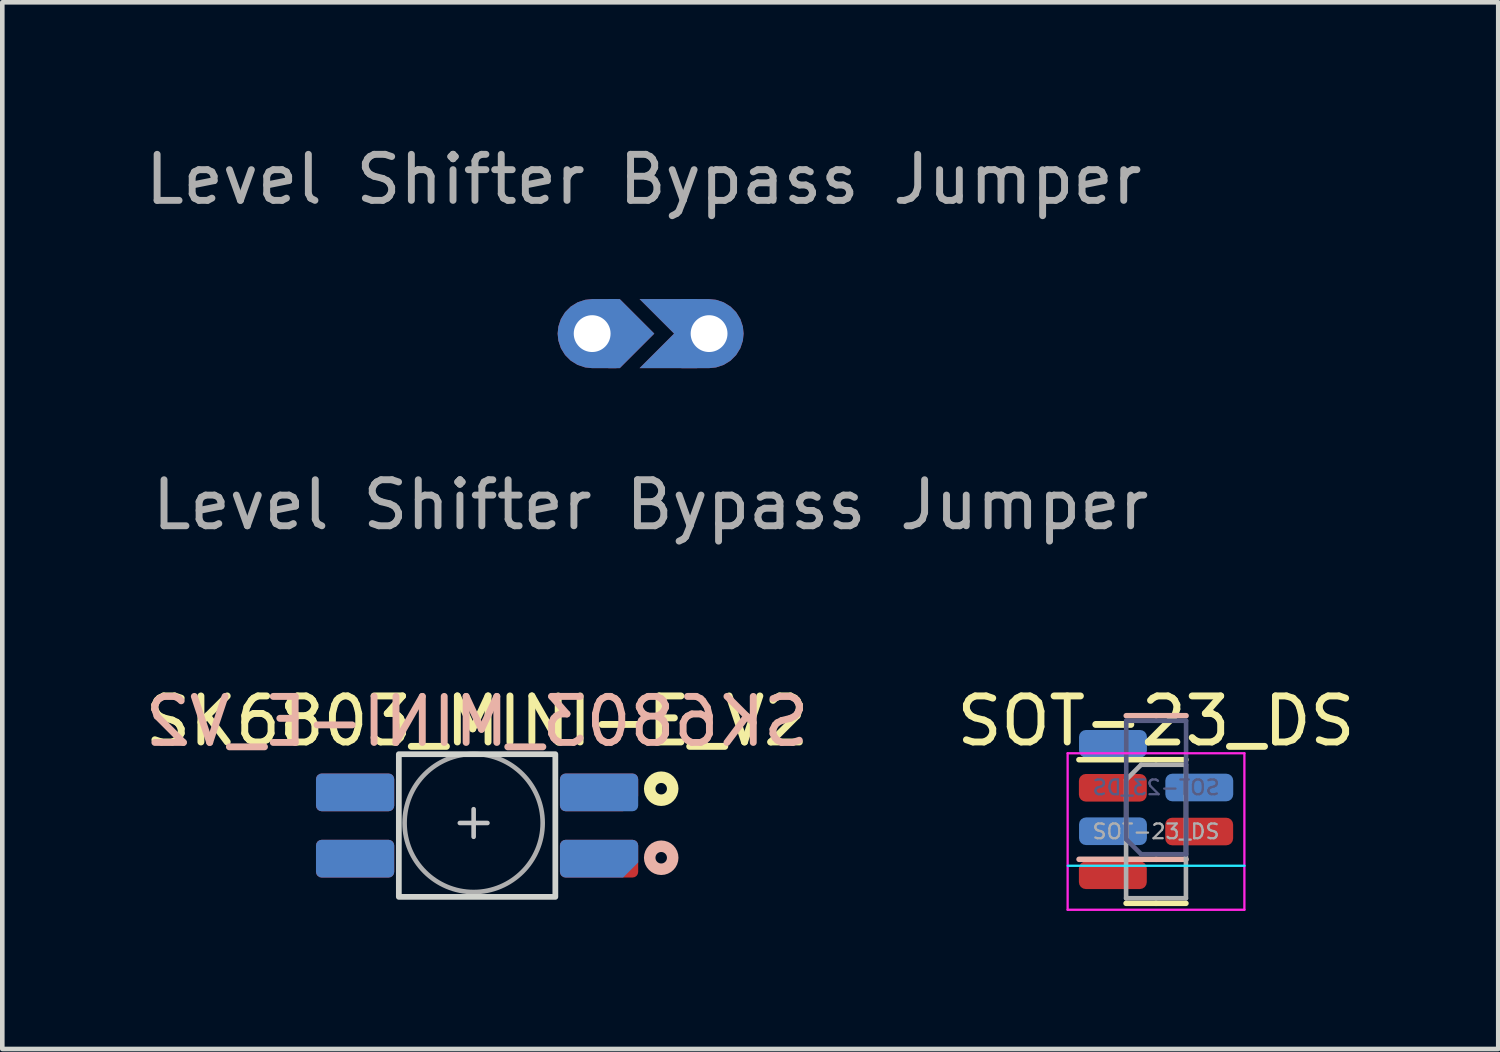
<source format=kicad_pcb>
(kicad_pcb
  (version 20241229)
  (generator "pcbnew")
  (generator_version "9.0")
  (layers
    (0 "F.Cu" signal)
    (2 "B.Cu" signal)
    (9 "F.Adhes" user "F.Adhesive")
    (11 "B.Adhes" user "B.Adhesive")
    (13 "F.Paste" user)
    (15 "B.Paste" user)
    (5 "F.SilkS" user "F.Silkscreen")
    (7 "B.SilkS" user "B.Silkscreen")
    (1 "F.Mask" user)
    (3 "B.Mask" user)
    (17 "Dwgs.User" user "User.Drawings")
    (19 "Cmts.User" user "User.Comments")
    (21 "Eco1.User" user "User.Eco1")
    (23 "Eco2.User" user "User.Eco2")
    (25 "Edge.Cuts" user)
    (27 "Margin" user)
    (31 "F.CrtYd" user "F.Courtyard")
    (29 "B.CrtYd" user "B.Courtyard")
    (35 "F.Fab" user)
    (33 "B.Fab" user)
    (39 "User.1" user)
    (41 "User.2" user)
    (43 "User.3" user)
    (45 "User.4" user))
  (footprint "SOT-23_DS"
    (layer "F.Cu")
    (at 22.065 15.015)
    (property "Reference" "SOT-23_DS" (at 0 -2.4 0) (layer "F.SilkS") (effects (font (size 1 1) (thickness 0.15))))
    (attr smd)
    (fp_line (start 0 -1.56) (end -1.675 -1.56) (stroke (width 0.12) (type solid)) (layer "F.SilkS"))
    (fp_line (start 0 -1.56) (end 0.65 -1.56) (stroke (width 0.12) (type solid)) (layer "F.SilkS"))
    (fp_line (start 0 1.56) (end -0.65 1.56) (stroke (width 0.12) (type solid)) (layer "F.SilkS"))
    (fp_line (start 0 1.56) (end 0.65 1.56) (stroke (width 0.12) (type solid)) (layer "F.SilkS"))
    (fp_line (start 0.003 -2.516) (end -0.647 -2.516) (stroke (width 0.12) (type solid)) (layer "B.SilkS"))
    (fp_line (start 0.003 -2.516) (end 0.653 -2.516) (stroke (width 0.12) (type solid)) (layer "B.SilkS"))
    (fp_line (start 0.003 0.604) (end -1.672 0.604) (stroke (width 0.12) (type solid)) (layer "B.SilkS"))
    (fp_line (start 0.003 0.604) (end 0.653 0.604) (stroke (width 0.12) (type solid)) (layer "B.SilkS"))
    (fp_line (start 1.923 0.744) (end -1.917 0.744) (stroke (width 0.05) (type solid)) (layer "B.CrtYd"))
    (fp_line (start -1.92 -1.7) (end -1.92 1.7) (stroke (width 0.05) (type solid)) (layer "F.CrtYd"))
    (fp_line (start -1.92 1.7) (end 1.92 1.7) (stroke (width 0.05) (type solid)) (layer "F.CrtYd"))
    (fp_line (start 1.92 -1.7) (end -1.92 -1.7) (stroke (width 0.05) (type solid)) (layer "F.CrtYd"))
    (fp_line (start 1.92 1.7) (end 1.92 -1.7) (stroke (width 0.05) (type solid)) (layer "F.CrtYd"))
    (fp_line (start -0.647 -2.406) (end -0.647 0.169) (stroke (width 0.1) (type solid)) (layer "B.Fab"))
    (fp_line (start -0.647 0.169) (end -0.322 0.494) (stroke (width 0.1) (type solid)) (layer "B.Fab"))
    (fp_line (start -0.322 0.494) (end 0.653 0.494) (stroke (width 0.1) (type solid)) (layer "B.Fab"))
    (fp_line (start 0.653 -2.406) (end -0.647 -2.406) (stroke (width 0.1) (type solid)) (layer "B.Fab"))
    (fp_line (start 0.653 0.494) (end 0.653 -2.406) (stroke (width 0.1) (type solid)) (layer "B.Fab"))
    (fp_line (start -0.65 -1.125) (end -0.325 -1.45) (stroke (width 0.1) (type solid)) (layer "F.Fab"))
    (fp_line (start -0.65 1.45) (end -0.65 -1.125) (stroke (width 0.1) (type solid)) (layer "F.Fab"))
    (fp_line (start -0.325 -1.45) (end 0.65 -1.45) (stroke (width 0.1) (type solid)) (layer "F.Fab"))
    (fp_line (start 0.65 -1.45) (end 0.65 1.45) (stroke (width 0.1) (type solid)) (layer "F.Fab"))
    (fp_line (start 0.65 1.45) (end -0.65 1.45) (stroke (width 0.1) (type solid)) (layer "F.Fab"))
    (fp_text user "${REFERENCE}" (at 0.003 -0.956 180) (layer "B.Fab") (effects (font (size 0.32 0.32) (thickness 0.05)) (justify mirror)))
    (fp_text user "${REFERENCE}" (at 0 0 0) (layer "F.Fab") (effects (font (size 0.32 0.32) (thickness 0.05))))
    (pad "1" smd roundrect (at -0.938 -0.95) (size 1.475 0.6) (layers "F.Cu" "F.Mask" "F.Paste") (roundrect_rratio 0.25))
    (pad "1" smd roundrect (at -0.935 -0.006 180) (size 1.475 0.6) (layers "B.Cu" "B.Mask" "B.Paste") (roundrect_rratio 0.25))
    (pad "2" smd roundrect (at -0.938 0.95) (size 1.475 0.6) (layers "F.Cu" "F.Mask" "F.Paste") (roundrect_rratio 0.25))
    (pad "2" smd roundrect (at -0.935 -1.906 180) (size 1.475 0.6) (layers "B.Cu" "B.Mask" "B.Paste") (roundrect_rratio 0.25))
    (pad "3" smd roundrect (at 0.938 0) (size 1.475 0.6) (layers "F.Cu" "F.Mask" "F.Paste") (roundrect_rratio 0.25))
    (pad "3" smd roundrect (at 0.94 -0.956 180) (size 1.475 0.6) (layers "B.Cu" "B.Mask" "B.Paste") (roundrect_rratio 0.25)))
  (footprint "Level Shifter Bypass Jumper"
    (layer "F.Cu")
    (at 11.085 4.198)
    (property "Reference" "Level Shifter Bypass Jumper" (at -0.15 -3.35 180) (layer "F.Fab") (effects (font (size 1 1) (thickness 0.15))))
    (attr through_hole exclude_from_pos_files exclude_from_bom)
    (fp_rect (start -0.695 -0.7) (end 0.495 0.7) (stroke (width 0.1) (type solid)) (fill yes) (layer "F.Mask"))
    (fp_rect (start -0.68 0.7) (end 0.51 -0.7) (stroke (width 0.1) (type solid)) (fill yes) (layer "B.Mask"))
    (fp_text user "${REFERENCE}" (at 0 3.72 0) (unlocked yes) (layer "F.Fab") (effects (font (size 1 1) (thickness 0.15))))
    (pad "1" thru_hole roundrect (at -1.27 0) (size 1.5 1.5) (drill 0.8) (layers "*.Cu" "*.Mask") (roundrect_rratio 0.5) (chamfer_ratio 0.15) (chamfer top_right bottom_right))
    (pad "1" smd custom (at -0.42 0 180) (size 0.25 0.25) (layers "F.Cu" "F.Mask") (options (anchor rect)) (primitives (gr_poly (pts (xy 0.25 0.75) (xy -0.5 0) (xy 0.25 -0.75) (xy 0.5 -0.75) (xy 0.5 0.75)) (width 0) (fill yes))))
    (pad "1" smd custom (at -0.42 0) (size 0.25 0.25) (layers "B.Cu" "B.Mask") (options (anchor rect)) (primitives (gr_poly (pts (xy -0.25 0.75) (xy 0.5 0) (xy -0.25 -0.75) (xy -0.5 -0.75) (xy -0.5 0.75)) (width 0) (fill yes))))
    (pad "2" smd custom (at 0.75 0 180) (size 0.25 0.25) (layers "F.Cu" "F.Mask") (options (anchor rect)) (primitives (gr_poly (pts (xy -0.26 0.75) (xy -0.26 -0.75) (xy 0.99 -0.75) (xy 0.24 0) (xy 0.99 0.75)) (width 0) (fill yes))))
    (pad "2" smd custom (at 0.75 0) (size 0.25 0.25) (layers "B.Cu" "B.Mask") (options (anchor rect)) (primitives (gr_poly (pts (xy 0.26 0.75) (xy 0.26 -0.75) (xy -0.99 -0.75) (xy -0.24 0) (xy -0.99 0.75)) (width 0) (fill yes))))
    (pad "2" thru_hole roundrect (at 1.27 0) (size 1.5 1.5) (drill 0.8) (layers "*.Cu" "*.Mask") (roundrect_rratio 0.5) (chamfer_ratio 0.1) (chamfer top_left bottom_left)))
  (footprint "SK6803_MINI-E_V2"
    (layer "F.Cu")
    (at 7.24 14.83)
    (property "Reference" "SK6803_MINI-E_V2" (at 0.075 -2.205 0) (layer "B.SilkS") (effects (font (size 1 1) (thickness 0.15)) (justify mirror)))
    (attr smd)
    (fp_circle (center 4.075 -0.745) (end 3.825 -0.745) (stroke (width 0.25) (type default)) (fill no) (layer "F.SilkS"))
    (fp_circle (center 4.075 0.755) (end 3.825 0.755) (stroke (width 0.25) (type default)) (fill no) (layer "B.SilkS"))
    (fp_line (start 0 -0.3) (end 0 0.3) (stroke (width 0.1) (type solid)) (layer "Dwgs.User"))
    (fp_line (start 0.3 0) (end -0.3 0) (stroke (width 0.1) (type solid)) (layer "Dwgs.User"))
    (fp_rect (start 1.775 -1.495) (end -1.625 1.605) (stroke (width 0.125) (type default)) (fill no) (layer "Edge.Cuts"))
    (fp_circle (center 0 0) (end 0 1.5) (stroke (width 0.1) (type solid)) (fill no) (layer "F.Fab"))
    (fp_text user "${REFERENCE}" (at 0.075 -2.215 0) (layer "F.SilkS") (effects (font (size 1 1) (thickness 0.15))))
    (pad "1" smd roundrect (at 2.725 -0.665 180) (size 1.7 0.82) (layers "F.Cu" "F.Mask" "F.Paste") (roundrect_rratio 0.15) (chamfer_ratio 0.4) (chamfer top_left))
    (pad "1" smd roundrect (at 2.725 0.775) (size 1.7 0.82) (layers "B.Cu" "B.Mask" "B.Paste") (roundrect_rratio 0.15) (chamfer_ratio 0.4) (chamfer bottom_right))
    (pad "2" smd roundrect (at 2.725 -0.665 180) (size 1.7 0.82) (layers "B.Cu" "B.Mask" "B.Paste") (roundrect_rratio 0.15))
    (pad "2" smd roundrect (at 2.725 0.775) (size 1.7 0.82) (layers "F.Cu" "F.Mask" "F.Paste") (roundrect_rratio 0.15))
    (pad "3" smd roundrect (at -2.575 -0.665) (size 1.7 0.82) (layers "B.Cu" "B.Mask" "B.Paste") (roundrect_rratio 0.15))
    (pad "3" smd roundrect (at -2.575 0.775 180) (size 1.7 0.82) (layers "F.Cu" "F.Mask" "F.Paste") (roundrect_rratio 0.15))
    (pad "4" smd roundrect (at -2.575 -0.665 180) (size 1.7 0.82) (layers "F.Cu" "B.Mask" "B.Paste") (roundrect_rratio 0.15))
    (pad "4" smd roundrect (at -2.575 0.775 180) (size 1.7 0.82) (layers "B.Cu" "B.Mask" "B.Paste") (roundrect_rratio 0.15))
    (zone (net_name "") (layers "F.Cu" "B.Cu") (name "LED_VOID") (hatch edge 0.5) (connect_pads) (min_thickness 0.25) (filled_areas_thickness no) (keepout (tracks not_allowed) (vias not_allowed) (pads not_allowed) (copperpour not_allowed) (footprints allowed)) (placement (enabled no)) (fill) (polygon (pts (xy 5.715 13.435) (xy 8.915 13.435) (xy 8.915 16.33) (xy 5.715 16.33) (xy 5.715 13.435)))))
  (gr_rect
    (start -3 -3)
    (end 29.5 19.74)
    (stroke (width 0.1) (type default))
    (fill no)
    (layer "Edge.Cuts")))
</source>
